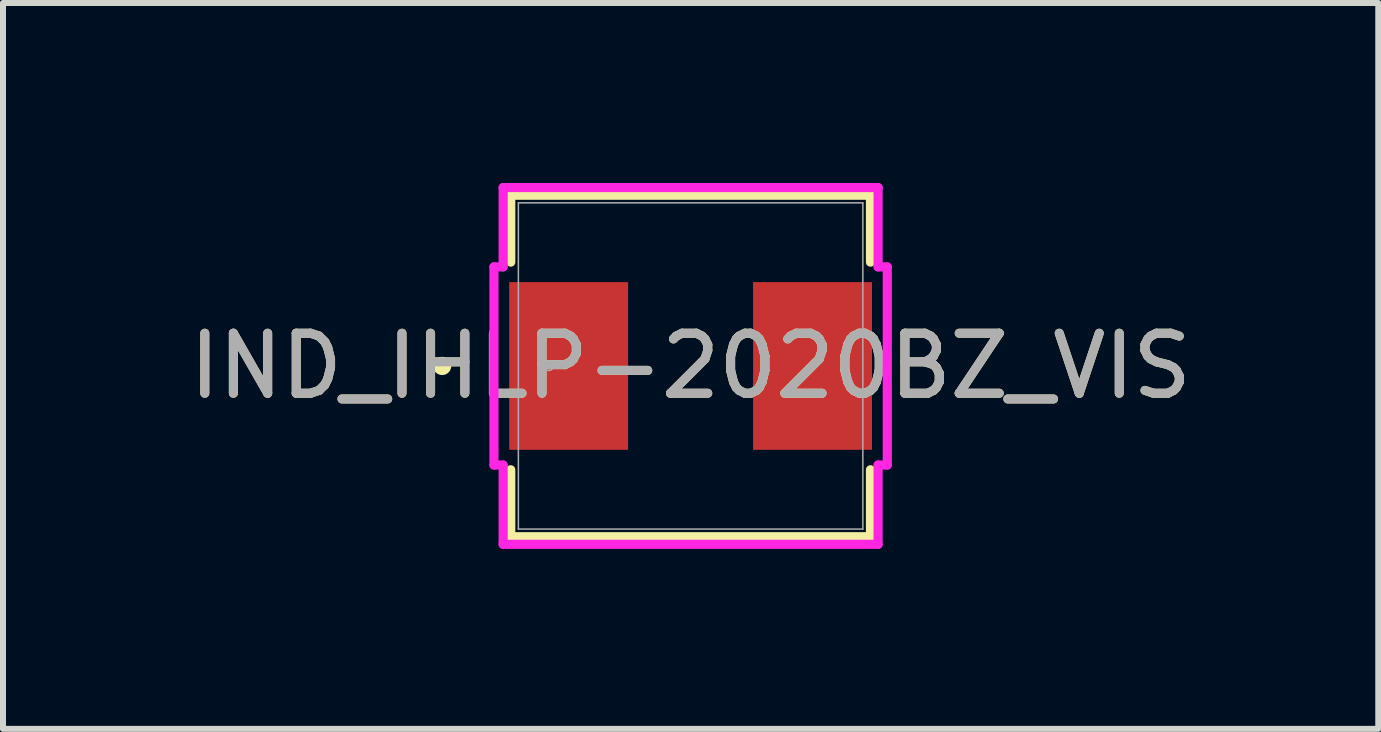
<source format=kicad_pcb>
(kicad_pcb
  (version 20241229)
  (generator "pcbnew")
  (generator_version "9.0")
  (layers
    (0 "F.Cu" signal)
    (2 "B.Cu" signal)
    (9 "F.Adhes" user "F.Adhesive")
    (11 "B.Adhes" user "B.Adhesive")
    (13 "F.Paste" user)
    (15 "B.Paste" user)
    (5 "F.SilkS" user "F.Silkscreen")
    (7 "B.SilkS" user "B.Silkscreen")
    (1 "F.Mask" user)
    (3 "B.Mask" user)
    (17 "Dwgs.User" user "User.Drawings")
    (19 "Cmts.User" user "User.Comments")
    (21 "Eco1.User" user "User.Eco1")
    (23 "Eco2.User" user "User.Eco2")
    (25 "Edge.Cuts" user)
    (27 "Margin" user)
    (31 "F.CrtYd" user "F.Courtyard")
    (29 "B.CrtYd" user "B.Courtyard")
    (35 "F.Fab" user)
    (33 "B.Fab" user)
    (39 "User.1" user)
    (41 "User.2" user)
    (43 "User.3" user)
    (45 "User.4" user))
  (footprint "IND_IHLP-2020BZ_VIS"
    (layer "F.Cu")
    (at 8.458 3.048)
    (property "Reference" "IND_IHLP-2020BZ_VIS" (at 0 0 0) (unlocked yes) (layer "F.SilkS") (effects (font (size 1 1) (thickness 0.15))))
    (attr smd)
    (fp_line (start -2.997 -2.845) (end -2.997 -1.73) (stroke (width 0.152) (type solid)) (layer "F.SilkS"))
    (fp_line (start -2.997 1.73) (end -2.997 2.845) (stroke (width 0.152) (type solid)) (layer "F.SilkS"))
    (fp_line (start -2.997 2.845) (end 2.997 2.845) (stroke (width 0.152) (type solid)) (layer "F.SilkS"))
    (fp_line (start 2.997 -2.845) (end -2.997 -2.845) (stroke (width 0.152) (type solid)) (layer "F.SilkS"))
    (fp_line (start 2.997 -1.73) (end 2.997 -2.845) (stroke (width 0.152) (type solid)) (layer "F.SilkS"))
    (fp_line (start 2.997 2.845) (end 2.997 1.73) (stroke (width 0.152) (type solid)) (layer "F.SilkS"))
    (fp_circle (center -4.14 0) (end -4.064 0) (stroke (width 0.152) (type solid)) (fill no) (layer "F.SilkS"))
    (fp_line (start -3.277 -1.651) (end -3.124 -1.651) (stroke (width 0.152) (type solid)) (layer "F.CrtYd"))
    (fp_line (start -3.277 1.651) (end -3.277 -1.651) (stroke (width 0.152) (type solid)) (layer "F.CrtYd"))
    (fp_line (start -3.124 -2.972) (end 3.124 -2.972) (stroke (width 0.152) (type solid)) (layer "F.CrtYd"))
    (fp_line (start -3.124 -1.651) (end -3.124 -2.972) (stroke (width 0.152) (type solid)) (layer "F.CrtYd"))
    (fp_line (start -3.124 1.651) (end -3.277 1.651) (stroke (width 0.152) (type solid)) (layer "F.CrtYd"))
    (fp_line (start -3.124 2.972) (end -3.124 1.651) (stroke (width 0.152) (type solid)) (layer "F.CrtYd"))
    (fp_line (start 3.124 -2.972) (end 3.124 -1.651) (stroke (width 0.152) (type solid)) (layer "F.CrtYd"))
    (fp_line (start 3.124 -1.651) (end 3.277 -1.651) (stroke (width 0.152) (type solid)) (layer "F.CrtYd"))
    (fp_line (start 3.124 1.651) (end 3.124 2.972) (stroke (width 0.152) (type solid)) (layer "F.CrtYd"))
    (fp_line (start 3.124 2.972) (end -3.124 2.972) (stroke (width 0.152) (type solid)) (layer "F.CrtYd"))
    (fp_line (start 3.277 -1.651) (end 3.277 1.651) (stroke (width 0.152) (type solid)) (layer "F.CrtYd"))
    (fp_line (start 3.277 1.651) (end 3.124 1.651) (stroke (width 0.152) (type solid)) (layer "F.CrtYd"))
    (fp_line (start -2.87 -2.718) (end -2.87 2.718) (stroke (width 0.025) (type solid)) (layer "F.Fab"))
    (fp_line (start -2.87 2.718) (end 2.87 2.718) (stroke (width 0.025) (type solid)) (layer "F.Fab"))
    (fp_line (start 2.87 -2.718) (end -2.87 -2.718) (stroke (width 0.025) (type solid)) (layer "F.Fab"))
    (fp_line (start 2.87 2.718) (end 2.87 -2.718) (stroke (width 0.025) (type solid)) (layer "F.Fab"))
    (fp_circle (center -2.362 0) (end -2.286 0) (stroke (width 0.025) (type solid)) (fill no) (layer "F.Fab"))
    (fp_text user "${REFERENCE}" (at 0 0 0) (unlocked yes) (layer "F.Fab") (effects (font (size 1 1) (thickness 0.15))))
    (pad "1" smd rect (at -2.032 0 90) (size 2.794 1.981) (layers "F.Cu" "F.Mask" "F.Paste"))
    (pad "2" smd rect (at 2.032 0 90) (size 2.794 1.981) (layers "F.Cu" "F.Mask" "F.Paste"))
    (zone (net_name "") (layer "F.Cu") (hatch full 0.508) (connect_pads) (min_thickness 0.254) (filled_areas_thickness no) (keepout (tracks not_allowed) (vias not_allowed) (pads allowed) (copperpour not_allowed) (footprints allowed)) (placement (enabled no)) (fill) (polygon (pts (xy 5.639 0.381) (xy 11.278 0.381) (xy 11.278 1.6) (xy 5.639 1.6))))
    (zone (net_name "") (layer "F.Cu") (hatch full 0.508) (connect_pads) (min_thickness 0.254) (filled_areas_thickness no) (keepout (tracks not_allowed) (vias not_allowed) (pads allowed) (copperpour not_allowed) (footprints allowed)) (placement (enabled no)) (fill) (polygon (pts (xy 5.639 4.496) (xy 11.278 4.496) (xy 11.278 5.715) (xy 5.639 5.715))))
    (zone (net_name "") (layer "F.Cu") (hatch full 0.508) (connect_pads) (min_thickness 0.254) (filled_areas_thickness no) (keepout (tracks not_allowed) (vias not_allowed) (pads allowed) (copperpour not_allowed) (footprints allowed)) (placement (enabled no)) (fill) (polygon (pts (xy 7.468 1.6) (xy 9.449 1.6) (xy 9.449 4.496) (xy 7.468 4.496)))))
  (gr_rect
    (start -3 -3)
    (end 19.917 9.096)
    (stroke (width 0.1) (type default))
    (fill no)
    (layer "Edge.Cuts")))
</source>
